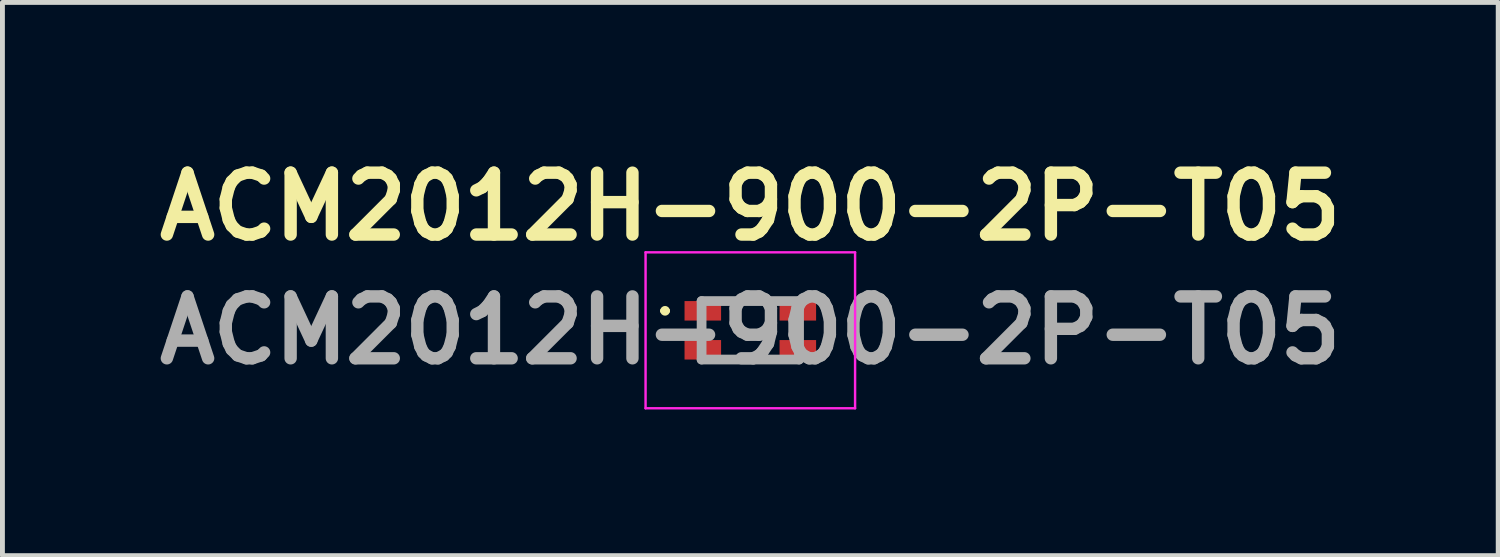
<source format=kicad_pcb>
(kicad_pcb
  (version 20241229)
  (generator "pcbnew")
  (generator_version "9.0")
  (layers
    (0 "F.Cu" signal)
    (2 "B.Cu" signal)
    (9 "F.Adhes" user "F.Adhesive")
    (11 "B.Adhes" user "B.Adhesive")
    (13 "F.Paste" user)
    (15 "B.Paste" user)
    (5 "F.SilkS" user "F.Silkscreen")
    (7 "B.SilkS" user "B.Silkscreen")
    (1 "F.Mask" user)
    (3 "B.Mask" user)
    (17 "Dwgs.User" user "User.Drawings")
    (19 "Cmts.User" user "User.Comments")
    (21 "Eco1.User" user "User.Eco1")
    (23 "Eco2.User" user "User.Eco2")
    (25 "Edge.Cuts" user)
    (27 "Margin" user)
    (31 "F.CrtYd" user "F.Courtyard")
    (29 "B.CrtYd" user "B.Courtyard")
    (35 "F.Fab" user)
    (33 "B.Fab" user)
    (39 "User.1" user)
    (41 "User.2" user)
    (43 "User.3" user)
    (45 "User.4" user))
  (footprint "ACM2012H-900-2P-T05"
    (layer "F.Cu")
    (at 12.349 3.729)
    (property "Reference" "ACM2012H-900-2P-T05" (at 0 -2.54 0) (layer "F.SilkS") (effects (font (size 1.27 1.27) (thickness 0.254))))
    (attr smd)
    (fp_line (start -1.8 -0.4) (end -1.8 -0.4) (stroke (width 0.1) (type solid)) (layer "F.SilkS"))
    (fp_line (start -1.7 -0.4) (end -1.7 -0.4) (stroke (width 0.1) (type solid)) (layer "F.SilkS"))
    (fp_arc (start -1.8 -0.4) (mid -1.75 -0.45) (end -1.7 -0.4) (stroke (width 0.1) (type solid)) (layer "F.SilkS"))
    (fp_arc (start -1.7 -0.4) (mid -1.75 -0.35) (end -1.8 -0.4) (stroke (width 0.1) (type solid)) (layer "F.SilkS"))
    (fp_line (start -2.15 -1.6) (end 2.15 -1.6) (stroke (width 0.05) (type solid)) (layer "F.CrtYd"))
    (fp_line (start -2.15 1.6) (end -2.15 -1.6) (stroke (width 0.05) (type solid)) (layer "F.CrtYd"))
    (fp_line (start 2.15 -1.6) (end 2.15 1.6) (stroke (width 0.05) (type solid)) (layer "F.CrtYd"))
    (fp_line (start 2.15 1.6) (end -2.15 1.6) (stroke (width 0.05) (type solid)) (layer "F.CrtYd"))
    (fp_line (start -1 -0.6) (end 1 -0.6) (stroke (width 0.2) (type solid)) (layer "F.Fab"))
    (fp_line (start -1 0.6) (end -1 -0.6) (stroke (width 0.2) (type solid)) (layer "F.Fab"))
    (fp_line (start 1 -0.6) (end 1 0.6) (stroke (width 0.2) (type solid)) (layer "F.Fab"))
    (fp_line (start 1 0.6) (end -1 0.6) (stroke (width 0.2) (type solid)) (layer "F.Fab"))
    (fp_text user "${REFERENCE}" (at 0 0 0) (layer "F.Fab") (effects (font (size 1.27 1.27) (thickness 0.254))))
    (pad "1" smd rect (at -0.975 -0.4 90) (size 0.4 0.75) (layers "F.Cu" "F.Mask" "F.Paste"))
    (pad "2" smd rect (at -0.975 0.4 90) (size 0.4 0.75) (layers "F.Cu" "F.Mask" "F.Paste"))
    (pad "3" smd rect (at 0.975 0.4 90) (size 0.4 0.75) (layers "F.Cu" "F.Mask" "F.Paste"))
    (pad "4" smd rect (at 0.975 -0.4 90) (size 0.4 0.75) (layers "F.Cu" "F.Mask" "F.Paste")))
  (gr_rect
    (start -3 -3)
    (end 27.698 8.354)
    (stroke (width 0.1) (type default))
    (fill no)
    (layer "Edge.Cuts")))
</source>
